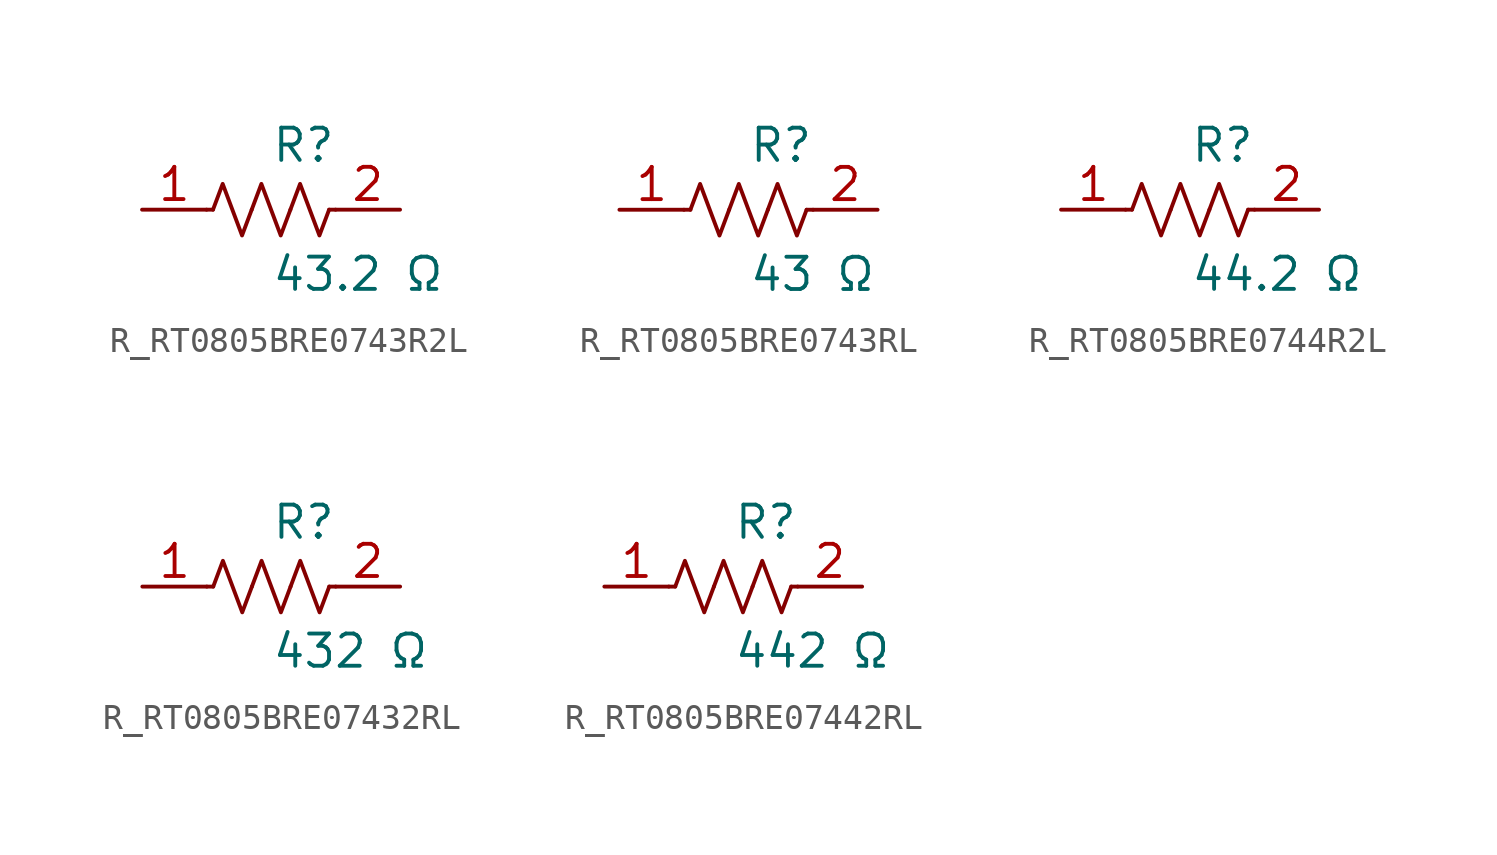
<source format=kicad_sym>
(kicad_symbol_lib
  (version 20231120)
  (generator kicad_symbol_editor)
  (generator_version 8.0)
  (symbol "R_RT0805BRE0743R2L"
    (pin_names
      (offset 0.254))
    (property "Reference" "R"
      (at 0.0 2.54 0)
      (effects (font (size 1.27 1.27)) (justify left)))
    (property "Value" "43.2 Ω"
      (at 0.0 -2.54 0)
      (effects (font (size 1.27 1.27)) (justify left)))
    (symbol "R_RT0805BRE0743R2L_0_1"
      (polyline (pts (xy 2.286 0) (xy 2.54 0)) (stroke (width 0) (type default)) (fill (type none)))
      (polyline (pts (xy -2.286 0) (xy -2.54 0)) (stroke (width 0) (type default)) (fill (type none)))
      (polyline (pts (xy 0.762 0) (xy 1.143 1.016) (xy 1.524 0) (xy 1.905 -1.016) (xy 2.286 0)) (stroke (width 0) (type default)) (fill (type none)))
      (polyline (pts (xy -0.762 0) (xy -0.381 1.016) (xy 0 0) (xy 0.381 -1.016) (xy 0.762 0)) (stroke (width 0) (type default)) (fill (type none)))
      (polyline (pts (xy -2.286 0) (xy -1.905 1.016) (xy -1.524 0) (xy -1.143 -1.016) (xy -0.762 0)) (stroke (width 0) (type default)) (fill (type none))))
    (pin unspecified line
      (at -5.08 0 0)
      (length 2.54)
      (name "" (effects (font (size 1.27 1.27))))
      (number "1" (effects (font (size 1.27 1.27)))))
    (pin unspecified line
      (at 5.08 0 180)
      (length 2.54)
      (name "" (effects (font (size 1.27 1.27))))
      (number "2" (effects (font (size 1.27 1.27))))))
  (symbol "R_RT0805BRE0743RL"
    (pin_names
      (offset 0.254))
    (property "Reference" "R"
      (at 0.0 2.54 0)
      (effects (font (size 1.27 1.27)) (justify left)))
    (property "Value" "43 Ω"
      (at 0.0 -2.54 0)
      (effects (font (size 1.27 1.27)) (justify left)))
    (symbol "R_RT0805BRE0743RL_0_1"
      (polyline (pts (xy 2.286 0) (xy 2.54 0)) (stroke (width 0) (type default)) (fill (type none)))
      (polyline (pts (xy -2.286 0) (xy -2.54 0)) (stroke (width 0) (type default)) (fill (type none)))
      (polyline (pts (xy 0.762 0) (xy 1.143 1.016) (xy 1.524 0) (xy 1.905 -1.016) (xy 2.286 0)) (stroke (width 0) (type default)) (fill (type none)))
      (polyline (pts (xy -0.762 0) (xy -0.381 1.016) (xy 0 0) (xy 0.381 -1.016) (xy 0.762 0)) (stroke (width 0) (type default)) (fill (type none)))
      (polyline (pts (xy -2.286 0) (xy -1.905 1.016) (xy -1.524 0) (xy -1.143 -1.016) (xy -0.762 0)) (stroke (width 0) (type default)) (fill (type none))))
    (pin unspecified line
      (at -5.08 0 0)
      (length 2.54)
      (name "" (effects (font (size 1.27 1.27))))
      (number "1" (effects (font (size 1.27 1.27)))))
    (pin unspecified line
      (at 5.08 0 180)
      (length 2.54)
      (name "" (effects (font (size 1.27 1.27))))
      (number "2" (effects (font (size 1.27 1.27))))))
  (symbol "R_RT0805BRE0744R2L"
    (pin_names
      (offset 0.254))
    (property "Reference" "R"
      (at 0.0 2.54 0)
      (effects (font (size 1.27 1.27)) (justify left)))
    (property "Value" "44.2 Ω"
      (at 0.0 -2.54 0)
      (effects (font (size 1.27 1.27)) (justify left)))
    (symbol "R_RT0805BRE0744R2L_0_1"
      (polyline (pts (xy 2.286 0) (xy 2.54 0)) (stroke (width 0) (type default)) (fill (type none)))
      (polyline (pts (xy -2.286 0) (xy -2.54 0)) (stroke (width 0) (type default)) (fill (type none)))
      (polyline (pts (xy 0.762 0) (xy 1.143 1.016) (xy 1.524 0) (xy 1.905 -1.016) (xy 2.286 0)) (stroke (width 0) (type default)) (fill (type none)))
      (polyline (pts (xy -0.762 0) (xy -0.381 1.016) (xy 0 0) (xy 0.381 -1.016) (xy 0.762 0)) (stroke (width 0) (type default)) (fill (type none)))
      (polyline (pts (xy -2.286 0) (xy -1.905 1.016) (xy -1.524 0) (xy -1.143 -1.016) (xy -0.762 0)) (stroke (width 0) (type default)) (fill (type none))))
    (pin unspecified line
      (at -5.08 0 0)
      (length 2.54)
      (name "" (effects (font (size 1.27 1.27))))
      (number "1" (effects (font (size 1.27 1.27)))))
    (pin unspecified line
      (at 5.08 0 180)
      (length 2.54)
      (name "" (effects (font (size 1.27 1.27))))
      (number "2" (effects (font (size 1.27 1.27))))))
  (symbol "R_RT0805BRE07432RL"
    (pin_names
      (offset 0.254))
    (property "Reference" "R"
      (at 0.0 2.54 0)
      (effects (font (size 1.27 1.27)) (justify left)))
    (property "Value" "432 Ω"
      (at 0.0 -2.54 0)
      (effects (font (size 1.27 1.27)) (justify left)))
    (symbol "R_RT0805BRE07432RL_0_1"
      (polyline (pts (xy 2.286 0) (xy 2.54 0)) (stroke (width 0) (type default)) (fill (type none)))
      (polyline (pts (xy -2.286 0) (xy -2.54 0)) (stroke (width 0) (type default)) (fill (type none)))
      (polyline (pts (xy 0.762 0) (xy 1.143 1.016) (xy 1.524 0) (xy 1.905 -1.016) (xy 2.286 0)) (stroke (width 0) (type default)) (fill (type none)))
      (polyline (pts (xy -0.762 0) (xy -0.381 1.016) (xy 0 0) (xy 0.381 -1.016) (xy 0.762 0)) (stroke (width 0) (type default)) (fill (type none)))
      (polyline (pts (xy -2.286 0) (xy -1.905 1.016) (xy -1.524 0) (xy -1.143 -1.016) (xy -0.762 0)) (stroke (width 0) (type default)) (fill (type none))))
    (pin unspecified line
      (at -5.08 0 0)
      (length 2.54)
      (name "" (effects (font (size 1.27 1.27))))
      (number "1" (effects (font (size 1.27 1.27)))))
    (pin unspecified line
      (at 5.08 0 180)
      (length 2.54)
      (name "" (effects (font (size 1.27 1.27))))
      (number "2" (effects (font (size 1.27 1.27))))))
  (symbol "R_RT0805BRE07442RL"
    (pin_names
      (offset 0.254))
    (property "Reference" "R"
      (at 0.0 2.54 0)
      (effects (font (size 1.27 1.27)) (justify left)))
    (property "Value" "442 Ω"
      (at 0.0 -2.54 0)
      (effects (font (size 1.27 1.27)) (justify left)))
    (symbol "R_RT0805BRE07442RL_0_1"
      (polyline (pts (xy 2.286 0) (xy 2.54 0)) (stroke (width 0) (type default)) (fill (type none)))
      (polyline (pts (xy -2.286 0) (xy -2.54 0)) (stroke (width 0) (type default)) (fill (type none)))
      (polyline (pts (xy 0.762 0) (xy 1.143 1.016) (xy 1.524 0) (xy 1.905 -1.016) (xy 2.286 0)) (stroke (width 0) (type default)) (fill (type none)))
      (polyline (pts (xy -0.762 0) (xy -0.381 1.016) (xy 0 0) (xy 0.381 -1.016) (xy 0.762 0)) (stroke (width 0) (type default)) (fill (type none)))
      (polyline (pts (xy -2.286 0) (xy -1.905 1.016) (xy -1.524 0) (xy -1.143 -1.016) (xy -0.762 0)) (stroke (width 0) (type default)) (fill (type none))))
    (pin unspecified line
      (at -5.08 0 0)
      (length 2.54)
      (name "" (effects (font (size 1.27 1.27))))
      (number "1" (effects (font (size 1.27 1.27)))))
    (pin unspecified line
      (at 5.08 0 180)
      (length 2.54)
      (name "" (effects (font (size 1.27 1.27))))
      (number "2" (effects (font (size 1.27 1.27)))))))
</source>
